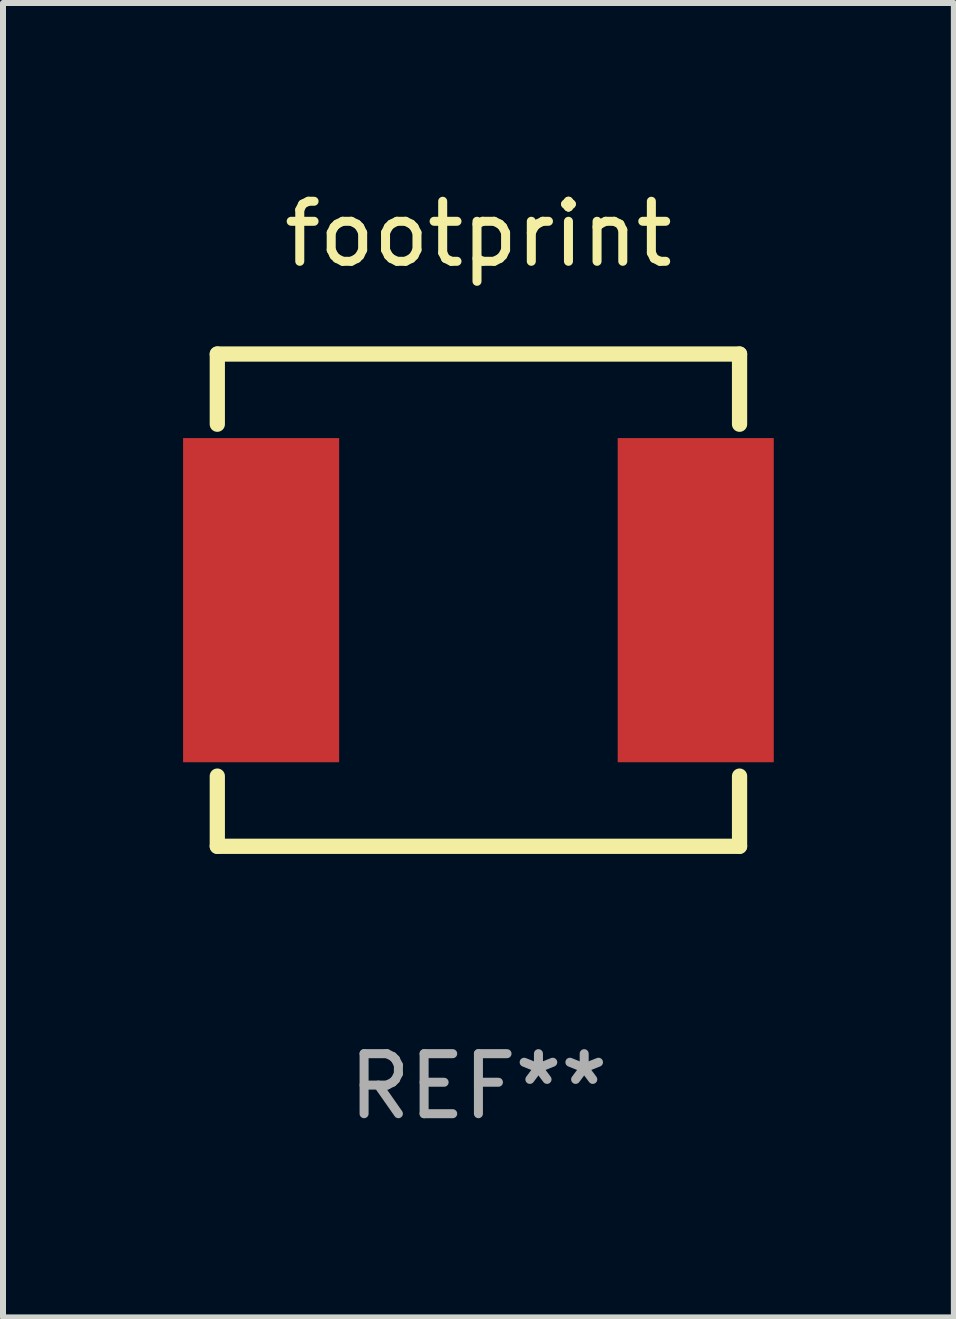
<source format=kicad_pcb>
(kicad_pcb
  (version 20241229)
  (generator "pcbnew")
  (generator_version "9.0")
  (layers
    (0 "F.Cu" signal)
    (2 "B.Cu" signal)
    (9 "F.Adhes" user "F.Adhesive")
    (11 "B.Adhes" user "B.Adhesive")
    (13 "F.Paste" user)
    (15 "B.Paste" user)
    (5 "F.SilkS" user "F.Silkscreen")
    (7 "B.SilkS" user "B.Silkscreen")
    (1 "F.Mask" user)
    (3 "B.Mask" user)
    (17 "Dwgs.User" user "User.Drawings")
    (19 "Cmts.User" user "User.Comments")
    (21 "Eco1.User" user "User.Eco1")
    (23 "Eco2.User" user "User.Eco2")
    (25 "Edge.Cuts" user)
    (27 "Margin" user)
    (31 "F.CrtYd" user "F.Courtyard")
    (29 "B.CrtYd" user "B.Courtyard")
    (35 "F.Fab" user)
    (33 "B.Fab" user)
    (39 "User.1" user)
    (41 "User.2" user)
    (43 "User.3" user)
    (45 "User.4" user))
  (footprint "footprint"
    (layer "F.Cu")
    (at 4.92 6.948)
    (property "Reference" "footprint" (at 0 -6.1 0) (layer "F.SilkS") (effects (font (size 1 1) (thickness 0.15))))
    (attr smd)
    (fp_line (start -4.35 -4.1) (end -4.35 -2.931) (stroke (width 0.254) (type solid)) (layer "F.SilkS"))
    (fp_line (start -4.35 2.931) (end -4.35 4.1) (stroke (width 0.254) (type solid)) (layer "F.SilkS"))
    (fp_line (start 4.35 -4.1) (end -4.35 -4.1) (stroke (width 0.254) (type solid)) (layer "F.SilkS"))
    (fp_line (start 4.35 -4.1) (end 4.35 -2.931) (stroke (width 0.254) (type solid)) (layer "F.SilkS"))
    (fp_line (start 4.35 2.931) (end 4.35 4.1) (stroke (width 0.254) (type solid)) (layer "F.SilkS"))
    (fp_line (start 4.35 4.1) (end -4.35 4.1) (stroke (width 0.254) (type solid)) (layer "F.SilkS"))
    (fp_circle (center -4.306 4.09) (end -4.276 4.09) (stroke (width 0.06) (type solid)) (fill no) (layer "F.SilkS"))
    (fp_text user "REF**" (at 0 8.1 0) (layer "F.Fab") (effects (font (size 1 1) (thickness 0.15))))
    (pad "1" smd rect (at -3.62 0) (size 2.6 5.4) (layers "F.Cu" "F.Mask" "F.Paste"))
    (pad "2" smd rect (at 3.62 0) (size 2.6 5.4) (layers "F.Cu" "F.Mask" "F.Paste")))
  (gr_rect
    (start -3 -3)
    (end 12.84 18.896)
    (stroke (width 0.1) (type default))
    (fill no)
    (layer "Edge.Cuts")))
</source>
